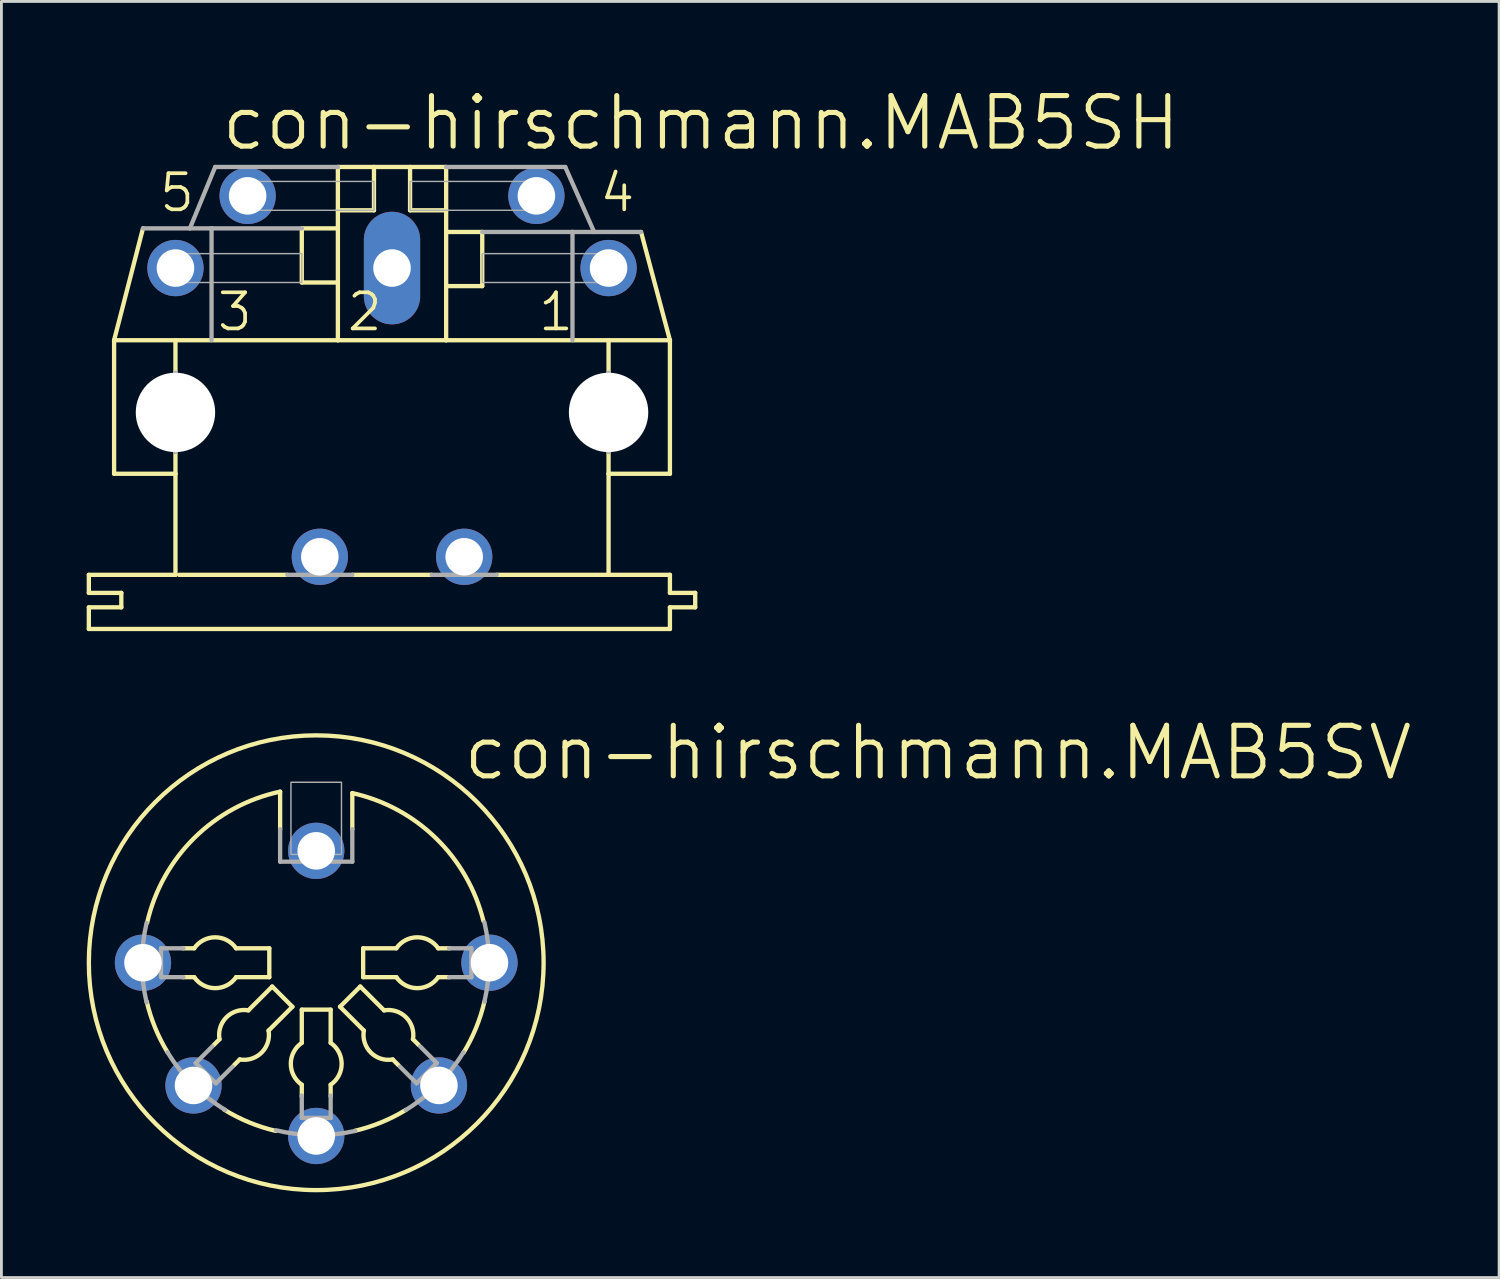
<source format=kicad_pcb>
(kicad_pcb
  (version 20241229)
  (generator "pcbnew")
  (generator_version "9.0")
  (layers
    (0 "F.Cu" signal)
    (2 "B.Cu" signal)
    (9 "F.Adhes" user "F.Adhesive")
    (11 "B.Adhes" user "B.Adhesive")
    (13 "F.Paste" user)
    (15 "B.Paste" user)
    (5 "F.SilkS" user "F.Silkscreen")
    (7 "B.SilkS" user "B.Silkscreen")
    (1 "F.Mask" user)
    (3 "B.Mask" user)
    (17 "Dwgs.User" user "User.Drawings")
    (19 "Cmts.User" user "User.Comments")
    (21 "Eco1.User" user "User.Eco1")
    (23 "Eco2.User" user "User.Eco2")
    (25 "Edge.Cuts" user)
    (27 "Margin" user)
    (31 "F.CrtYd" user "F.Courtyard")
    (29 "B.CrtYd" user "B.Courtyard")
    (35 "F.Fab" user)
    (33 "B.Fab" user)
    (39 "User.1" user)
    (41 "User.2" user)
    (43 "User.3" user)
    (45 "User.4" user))
  (footprint "con-hirschmann.MAB5SH"
    (layer "F.Cu")
    (at 10.744 11.462)
    (property "Reference" "con-hirschmann.MAB5SH" (at -6.096 -9.144 0) (layer "F.SilkS") (effects (font (size 1.778 1.778) (thickness 0.18)) (justify left bottom)))
    (attr through_hole)
    (fp_line (start -10.668 6.35) (end -10.668 5.715) (stroke (width 0.152) (type default)) (layer "F.SilkS"))
    (fp_line (start -10.668 6.35) (end -9.525 6.35) (stroke (width 0.152) (type default)) (layer "F.SilkS"))
    (fp_line (start -10.668 7.62) (end -10.668 6.858) (stroke (width 0.152) (type default)) (layer "F.SilkS"))
    (fp_line (start -10.668 7.62) (end 9.779 7.62) (stroke (width 0.152) (type default)) (layer "F.SilkS"))
    (fp_line (start -9.779 2.159) (end -9.779 -2.54) (stroke (width 0.152) (type default)) (layer "F.SilkS"))
    (fp_line (start -9.779 2.159) (end -7.62 2.159) (stroke (width 0.152) (type default)) (layer "F.SilkS"))
    (fp_line (start -9.525 6.858) (end -10.668 6.858) (stroke (width 0.152) (type default)) (layer "F.SilkS"))
    (fp_line (start -9.525 6.858) (end -9.525 6.35) (stroke (width 0.152) (type default)) (layer "F.SilkS"))
    (fp_line (start -8.763 -6.477) (end -9.779 -2.54) (stroke (width 0.152) (type default)) (layer "F.SilkS"))
    (fp_line (start -7.62 -2.54) (end -9.779 -2.54) (stroke (width 0.152) (type default)) (layer "F.SilkS"))
    (fp_line (start -7.62 -2.54) (end -7.62 -1.397) (stroke (width 0.152) (type default)) (layer "F.SilkS"))
    (fp_line (start -7.62 2.159) (end -7.62 1.397) (stroke (width 0.152) (type default)) (layer "F.SilkS"))
    (fp_line (start -7.62 5.715) (end -10.668 5.715) (stroke (width 0.152) (type default)) (layer "F.SilkS"))
    (fp_line (start -7.62 5.715) (end -7.62 2.159) (stroke (width 0.152) (type default)) (layer "F.SilkS"))
    (fp_line (start -7.493 5.715) (end -3.683 5.715) (stroke (width 0.152) (type default)) (layer "F.SilkS"))
    (fp_line (start -3.175 -6.477) (end -3.175 -4.572) (stroke (width 0.152) (type default)) (layer "F.SilkS"))
    (fp_line (start -1.905 -8.636) (end -1.905 -7.112) (stroke (width 0.152) (type default)) (layer "F.SilkS"))
    (fp_line (start -1.905 -7.112) (end -1.905 -6.477) (stroke (width 0.152) (type default)) (layer "F.SilkS"))
    (fp_line (start -1.905 -7.112) (end -0.635 -7.112) (stroke (width 0.152) (type default)) (layer "F.SilkS"))
    (fp_line (start -1.905 -6.477) (end -3.175 -6.477) (stroke (width 0.152) (type default)) (layer "F.SilkS"))
    (fp_line (start -1.905 -6.477) (end -1.905 -4.572) (stroke (width 0.152) (type default)) (layer "F.SilkS"))
    (fp_line (start -1.905 -4.572) (end -3.175 -4.572) (stroke (width 0.152) (type default)) (layer "F.SilkS"))
    (fp_line (start -1.905 -4.572) (end -1.905 -2.54) (stroke (width 0.152) (type default)) (layer "F.SilkS"))
    (fp_line (start -1.905 -2.54) (end -7.62 -2.54) (stroke (width 0.152) (type default)) (layer "F.SilkS"))
    (fp_line (start -1.397 5.715) (end 1.397 5.715) (stroke (width 0.152) (type default)) (layer "F.SilkS"))
    (fp_line (start -0.635 -8.636) (end -1.905 -8.636) (stroke (width 0.152) (type default)) (layer "F.SilkS"))
    (fp_line (start -0.635 -8.636) (end -0.635 -7.112) (stroke (width 0.152) (type default)) (layer "F.SilkS"))
    (fp_line (start 0.635 -8.636) (end -0.635 -8.636) (stroke (width 0.152) (type default)) (layer "F.SilkS"))
    (fp_line (start 0.635 -8.636) (end 0.635 -7.112) (stroke (width 0.152) (type default)) (layer "F.SilkS"))
    (fp_line (start 1.905 -8.636) (end 0.635 -8.636) (stroke (width 0.152) (type default)) (layer "F.SilkS"))
    (fp_line (start 1.905 -8.636) (end 1.905 -7.112) (stroke (width 0.152) (type default)) (layer "F.SilkS"))
    (fp_line (start 1.905 -7.112) (end 0.635 -7.112) (stroke (width 0.152) (type default)) (layer "F.SilkS"))
    (fp_line (start 1.905 -7.112) (end 1.905 -6.35) (stroke (width 0.152) (type default)) (layer "F.SilkS"))
    (fp_line (start 1.905 -6.35) (end 1.905 -4.445) (stroke (width 0.152) (type default)) (layer "F.SilkS"))
    (fp_line (start 1.905 -4.445) (end 1.905 -2.54) (stroke (width 0.152) (type default)) (layer "F.SilkS"))
    (fp_line (start 1.905 -4.445) (end 3.175 -4.445) (stroke (width 0.152) (type default)) (layer "F.SilkS"))
    (fp_line (start 1.905 -2.54) (end -1.905 -2.54) (stroke (width 0.152) (type default)) (layer "F.SilkS"))
    (fp_line (start 3.175 -6.35) (end 1.905 -6.35) (stroke (width 0.152) (type default)) (layer "F.SilkS"))
    (fp_line (start 3.175 -6.35) (end 3.175 -4.445) (stroke (width 0.152) (type default)) (layer "F.SilkS"))
    (fp_line (start 3.683 5.715) (end 7.62 5.715) (stroke (width 0.152) (type default)) (layer "F.SilkS"))
    (fp_line (start 7.62 -2.54) (end 1.905 -2.54) (stroke (width 0.152) (type default)) (layer "F.SilkS"))
    (fp_line (start 7.62 -2.54) (end 7.62 -1.397) (stroke (width 0.152) (type default)) (layer "F.SilkS"))
    (fp_line (start 7.62 2.159) (end 7.62 1.397) (stroke (width 0.152) (type default)) (layer "F.SilkS"))
    (fp_line (start 7.62 5.715) (end 7.62 2.159) (stroke (width 0.152) (type default)) (layer "F.SilkS"))
    (fp_line (start 8.763 -6.35) (end 9.779 -2.54) (stroke (width 0.152) (type default)) (layer "F.SilkS"))
    (fp_line (start 9.779 -2.54) (end 7.62 -2.54) (stroke (width 0.152) (type default)) (layer "F.SilkS"))
    (fp_line (start 9.779 2.159) (end 7.62 2.159) (stroke (width 0.152) (type default)) (layer "F.SilkS"))
    (fp_line (start 9.779 2.159) (end 9.779 -2.54) (stroke (width 0.152) (type default)) (layer "F.SilkS"))
    (fp_line (start 9.779 5.715) (end 7.62 5.715) (stroke (width 0.152) (type default)) (layer "F.SilkS"))
    (fp_line (start 9.779 5.715) (end 9.779 6.35) (stroke (width 0.152) (type default)) (layer "F.SilkS"))
    (fp_line (start 9.779 7.62) (end 9.779 6.858) (stroke (width 0.152) (type default)) (layer "F.SilkS"))
    (fp_line (start 10.668 6.35) (end 9.779 6.35) (stroke (width 0.152) (type default)) (layer "F.SilkS"))
    (fp_line (start 10.668 6.858) (end 9.779 6.858) (stroke (width 0.152) (type default)) (layer "F.SilkS"))
    (fp_line (start 10.668 6.858) (end 10.668 6.35) (stroke (width 0.152) (type default)) (layer "F.SilkS"))
    (fp_line (start -8.763 -6.477) (end -7.112 -6.477) (stroke (width 0.152) (type default)) (layer "F.Fab"))
    (fp_line (start -7.62 -1.397) (end -7.62 1.397) (stroke (width 0.152) (type default)) (layer "F.Fab"))
    (fp_line (start -7.112 -6.477) (end -6.223 -8.636) (stroke (width 0.152) (type default)) (layer "F.Fab"))
    (fp_line (start -6.35 -6.477) (end -7.112 -6.477) (stroke (width 0.152) (type default)) (layer "F.Fab"))
    (fp_line (start -6.35 -6.477) (end -6.35 -2.54) (stroke (width 0.152) (type default)) (layer "F.Fab"))
    (fp_line (start -3.175 -6.477) (end -6.35 -6.477) (stroke (width 0.152) (type default)) (layer "F.Fab"))
    (fp_line (start -1.905 -8.636) (end -6.223 -8.636) (stroke (width 0.152) (type default)) (layer "F.Fab"))
    (fp_line (start -1.397 5.715) (end -3.683 5.715) (stroke (width 0.152) (type default)) (layer "F.Fab"))
    (fp_line (start 3.683 5.715) (end 1.397 5.715) (stroke (width 0.152) (type default)) (layer "F.Fab"))
    (fp_line (start 6.096 -8.636) (end 1.905 -8.636) (stroke (width 0.152) (type default)) (layer "F.Fab"))
    (fp_line (start 6.096 -8.636) (end 7.112 -6.35) (stroke (width 0.152) (type default)) (layer "F.Fab"))
    (fp_line (start 6.35 -6.35) (end 3.175 -6.35) (stroke (width 0.152) (type default)) (layer "F.Fab"))
    (fp_line (start 6.35 -6.35) (end 6.35 -2.54) (stroke (width 0.152) (type default)) (layer "F.Fab"))
    (fp_line (start 7.112 -6.35) (end 6.35 -6.35) (stroke (width 0.152) (type default)) (layer "F.Fab"))
    (fp_line (start 7.62 -1.397) (end 7.62 1.397) (stroke (width 0.152) (type default)) (layer "F.Fab"))
    (fp_line (start 8.763 -6.35) (end 7.112 -6.35) (stroke (width 0.152) (type default)) (layer "F.Fab"))
    (fp_rect (start -8.001 -4.572) (end -3.175 -5.588) (stroke (width 0.05) (type default)) (fill no) (layer "F.Fab"))
    (fp_rect (start -5.461 -7.112) (end -0.635 -8.128) (stroke (width 0.05) (type default)) (fill no) (layer "F.Fab"))
    (fp_rect (start 0.635 -7.112) (end 5.461 -8.128) (stroke (width 0.05) (type default)) (fill no) (layer "F.Fab"))
    (fp_rect (start 3.175 -4.572) (end 8.001 -5.588) (stroke (width 0.05) (type default)) (fill no) (layer "F.Fab"))
    (fp_text user "2" (at -1.651 -2.794 0) (layer "F.SilkS") (effects (font (size 1.27 1.27) (thickness 0.13)) (justify left bottom)))
    (fp_text user "5" (at -8.255 -6.985 0) (layer "F.SilkS") (effects (font (size 1.27 1.27) (thickness 0.13)) (justify left bottom)))
    (fp_text user "1" (at 5.08 -2.794 0) (layer "F.SilkS") (effects (font (size 1.27 1.27) (thickness 0.13)) (justify left bottom)))
    (fp_text user "4" (at 7.239 -6.985 0) (layer "F.SilkS") (effects (font (size 1.27 1.27) (thickness 0.13)) (justify left bottom)))
    (fp_text user "3" (at -6.223 -2.794 0) (layer "F.SilkS") (effects (font (size 1.27 1.27) (thickness 0.13)) (justify left bottom)))
    (pad "" np_thru_hole circle (at -7.62 0) (size 2.794 2.794) (drill 2.794) (layers "*.Cu" "*.Mask"))
    (pad "" np_thru_hole circle (at 7.62 0) (size 2.794 2.794) (drill 2.794) (layers "*.Cu" "*.Mask"))
    (pad "1" thru_hole circle (at 7.62 -5.08) (size 1.981 1.981) (drill 1.321) (layers "*.Cu" "*.Mask"))
    (pad "2" thru_hole oval (at 0 -5.08 90) (size 3.962 1.981) (drill 1.321) (layers "*.Cu" "*.Mask"))
    (pad "3" thru_hole circle (at -7.62 -5.08) (size 1.981 1.981) (drill 1.321) (layers "*.Cu" "*.Mask"))
    (pad "4" thru_hole circle (at 5.08 -7.62) (size 1.981 1.981) (drill 1.321) (layers "*.Cu" "*.Mask"))
    (pad "5" thru_hole circle (at -5.08 -7.62) (size 1.981 1.981) (drill 1.321) (layers "*.Cu" "*.Mask"))
    (pad "PE" thru_hole circle (at -2.54 5.08) (size 1.981 1.981) (drill 1.321) (layers "*.Cu" "*.Mask"))
    (pad "PE@" thru_hole circle (at 2.54 5.08) (size 1.981 1.981) (drill 1.321) (layers "*.Cu" "*.Mask")))
  (footprint "con-hirschmann.MAB5SV"
    (layer "F.Cu")
    (at 8.077 30.826)
    (property "Reference" "con-hirschmann.MAB5SV" (at 5.08 -6.35 0) (layer "F.SilkS") (effects (font (size 1.778 1.778) (thickness 0.18)) (justify left bottom)))
    (attr through_hole)
    (fp_line (start -4.699 -0.508) (end -4.293 -0.508) (stroke (width 0.152) (type default)) (layer "F.SilkS"))
    (fp_line (start -4.293 0.508) (end -4.699 0.508) (stroke (width 0.152) (type default)) (layer "F.SilkS"))
    (fp_line (start -3.607 2.896) (end -3.404 2.692) (stroke (width 0.152) (type default)) (layer "F.SilkS"))
    (fp_line (start -2.819 -0.508) (end -1.651 -0.508) (stroke (width 0.152) (type default)) (layer "F.SilkS"))
    (fp_line (start -2.692 3.404) (end -2.896 3.607) (stroke (width 0.152) (type default)) (layer "F.SilkS"))
    (fp_line (start -2.388 1.676) (end -1.549 0.838) (stroke (width 0.152) (type default)) (layer "F.SilkS"))
    (fp_line (start -1.651 -0.508) (end -1.651 0.508) (stroke (width 0.152) (type default)) (layer "F.SilkS"))
    (fp_line (start -1.651 0.508) (end -2.819 0.508) (stroke (width 0.152) (type default)) (layer "F.SilkS"))
    (fp_line (start -1.549 0.838) (end -0.838 1.549) (stroke (width 0.152) (type default)) (layer "F.SilkS"))
    (fp_line (start -1.27 -4.699) (end -1.27 -6.02) (stroke (width 0.152) (type default)) (layer "F.SilkS"))
    (fp_line (start -0.838 1.549) (end -1.676 2.388) (stroke (width 0.152) (type default)) (layer "F.SilkS"))
    (fp_line (start -0.508 1.651) (end 0.508 1.651) (stroke (width 0.152) (type default)) (layer "F.SilkS"))
    (fp_line (start -0.508 2.819) (end -0.508 1.651) (stroke (width 0.152) (type default)) (layer "F.SilkS"))
    (fp_line (start -0.508 4.699) (end -0.508 4.293) (stroke (width 0.152) (type default)) (layer "F.SilkS"))
    (fp_line (start 0.508 1.651) (end 0.508 2.819) (stroke (width 0.152) (type default)) (layer "F.SilkS"))
    (fp_line (start 0.508 4.293) (end 0.508 4.699) (stroke (width 0.152) (type default)) (layer "F.SilkS"))
    (fp_line (start 0.838 1.549) (end 1.549 0.838) (stroke (width 0.152) (type default)) (layer "F.SilkS"))
    (fp_line (start 1.27 -4.699) (end 1.27 -5.969) (stroke (width 0.152) (type default)) (layer "F.SilkS"))
    (fp_line (start 1.549 0.838) (end 2.388 1.676) (stroke (width 0.152) (type default)) (layer "F.SilkS"))
    (fp_line (start 1.651 -0.508) (end 2.819 -0.508) (stroke (width 0.152) (type default)) (layer "F.SilkS"))
    (fp_line (start 1.651 0.508) (end 1.651 -0.508) (stroke (width 0.152) (type default)) (layer "F.SilkS"))
    (fp_line (start 1.676 2.388) (end 0.838 1.549) (stroke (width 0.152) (type default)) (layer "F.SilkS"))
    (fp_line (start 2.819 0.508) (end 1.651 0.508) (stroke (width 0.152) (type default)) (layer "F.SilkS"))
    (fp_line (start 2.896 3.607) (end 2.692 3.404) (stroke (width 0.152) (type default)) (layer "F.SilkS"))
    (fp_line (start 3.404 2.692) (end 3.607 2.896) (stroke (width 0.152) (type default)) (layer "F.SilkS"))
    (fp_line (start 4.293 -0.508) (end 4.699 -0.508) (stroke (width 0.152) (type default)) (layer "F.SilkS"))
    (fp_line (start 4.699 0.508) (end 4.293 0.508) (stroke (width 0.152) (type default)) (layer "F.SilkS"))
    (fp_arc (start -5.9509 -1.4033) (mid -4.28526 -4.395774) (end -1.27 -6.0198) (stroke (width 0.1524) (type default)) (layer "F.SilkS"))
    (fp_arc (start -5.2324 3.1496) (mid -5.669034 2.286095) (end -5.9636 1.3644) (stroke (width 0.1524) (type default)) (layer "F.SilkS"))
    (fp_arc (start -4.2926 -0.508) (mid -3.556 -0.894785) (end -2.8194 -0.508) (stroke (width 0.1524) (type default)) (layer "F.SilkS"))
    (fp_arc (start -3.4036 2.6924) (mid -3.160093 1.919907) (end -2.3876 1.6764) (stroke (width 0.1524) (type default)) (layer "F.SilkS"))
    (fp_arc (start -2.8194 0.508) (mid -3.556 0.894785) (end -4.2926 0.508) (stroke (width 0.1524) (type default)) (layer "F.SilkS"))
    (fp_arc (start -1.6764 2.3876) (mid -1.919907 3.160093) (end -2.6924 3.4036) (stroke (width 0.1524) (type default)) (layer "F.SilkS"))
    (fp_arc (start -1.4224 5.9182) (mid -2.360503 5.617342) (end -3.2383 5.1701) (stroke (width 0.1524) (type default)) (layer "F.SilkS"))
    (fp_arc (start -0.508 4.2926) (mid -0.894785 3.556) (end -0.508 2.8194) (stroke (width 0.1524) (type default)) (layer "F.SilkS"))
    (fp_arc (start 0.508 2.8194) (mid 0.894785 3.556) (end 0.508 4.2926) (stroke (width 0.1524) (type default)) (layer "F.SilkS"))
    (fp_arc (start 1.27 -5.969) (mid 4.217041 -4.377083) (end 5.8829 -1.4712) (stroke (width 0.1524) (type default)) (layer "F.SilkS"))
    (fp_arc (start 2.3876 1.6764) (mid 3.160093 1.919907) (end 3.4036 2.6924) (stroke (width 0.1524) (type default)) (layer "F.SilkS"))
    (fp_arc (start 2.6924 3.4036) (mid 1.919907 3.160093) (end 1.6764 2.3876) (stroke (width 0.1524) (type default)) (layer "F.SilkS"))
    (fp_arc (start 2.8194 -0.508) (mid 3.556 -0.894785) (end 4.2926 -0.508) (stroke (width 0.1524) (type default)) (layer "F.SilkS"))
    (fp_arc (start 3.1496 5.1816) (mid 2.286095 5.618234) (end 1.3644 5.9128) (stroke (width 0.1524) (type default)) (layer "F.SilkS"))
    (fp_arc (start 4.2926 0.508) (mid 3.556 0.894785) (end 2.8194 0.508) (stroke (width 0.1524) (type default)) (layer "F.SilkS"))
    (fp_arc (start 5.9182 1.3716) (mid 5.622106 2.298097) (end 5.1832 3.1661) (stroke (width 0.1524) (type default)) (layer "F.SilkS"))
    (fp_circle (center 0 0) (end 8.001 0) (stroke (width 0.152) (type default)) (fill no) (layer "F.SilkS"))
    (fp_line (start -5.461 -0.508) (end -4.674 -0.508) (stroke (width 0.152) (type default)) (layer "F.Fab"))
    (fp_line (start -5.461 0.508) (end -5.461 -0.508) (stroke (width 0.152) (type default)) (layer "F.Fab"))
    (fp_line (start -4.674 0.508) (end -5.461 0.508) (stroke (width 0.152) (type default)) (layer "F.Fab"))
    (fp_line (start -4.242 3.531) (end -3.658 2.946) (stroke (width 0.152) (type default)) (layer "F.Fab"))
    (fp_line (start -3.531 4.242) (end -4.242 3.531) (stroke (width 0.152) (type default)) (layer "F.Fab"))
    (fp_line (start -2.946 3.658) (end -3.531 4.242) (stroke (width 0.152) (type default)) (layer "F.Fab"))
    (fp_line (start -1.27 -4.699) (end -1.27 -3.556) (stroke (width 0.152) (type default)) (layer "F.Fab"))
    (fp_line (start -1.27 -3.556) (end 1.27 -3.556) (stroke (width 0.152) (type default)) (layer "F.Fab"))
    (fp_line (start -0.508 5.461) (end -0.508 4.674) (stroke (width 0.152) (type default)) (layer "F.Fab"))
    (fp_line (start 0.508 4.674) (end 0.508 5.461) (stroke (width 0.152) (type default)) (layer "F.Fab"))
    (fp_line (start 0.508 5.461) (end -0.508 5.461) (stroke (width 0.152) (type default)) (layer "F.Fab"))
    (fp_line (start 1.27 -3.556) (end 1.27 -4.699) (stroke (width 0.152) (type default)) (layer "F.Fab"))
    (fp_line (start 3.531 4.242) (end 2.946 3.658) (stroke (width 0.152) (type default)) (layer "F.Fab"))
    (fp_line (start 3.658 2.946) (end 4.242 3.531) (stroke (width 0.152) (type default)) (layer "F.Fab"))
    (fp_line (start 4.242 3.531) (end 3.531 4.242) (stroke (width 0.152) (type default)) (layer "F.Fab"))
    (fp_line (start 4.674 -0.508) (end 5.461 -0.508) (stroke (width 0.152) (type default)) (layer "F.Fab"))
    (fp_line (start 5.461 -0.508) (end 5.461 0.508) (stroke (width 0.152) (type default)) (layer "F.Fab"))
    (fp_line (start 5.461 0.508) (end 4.674 0.508) (stroke (width 0.152) (type default)) (layer "F.Fab"))
    (fp_rect (start -0.889 -3.81) (end 0.889 -6.35) (stroke (width 0.05) (type default)) (fill no) (layer "F.Fab"))
    (fp_arc (start -5.969 1.397) (mid -6.130299 0) (end -5.969 -1.397) (stroke (width 0.1524) (type default)) (layer "F.Fab"))
    (fp_arc (start -3.2004 5.1816) (mid -4.337793 4.286993) (end -5.2324 3.1496) (stroke (width 0.1524) (type default)) (layer "F.Fab"))
    (fp_arc (start 1.3716 5.9182) (mid -0.023949 6.067919) (end -1.4169 5.8957) (stroke (width 0.1524) (type default)) (layer "F.Fab"))
    (fp_arc (start 5.1816 3.1496) (mid 4.286993 4.286993) (end 3.1496 5.1816) (stroke (width 0.1524) (type default)) (layer "F.Fab"))
    (fp_arc (start 5.9182 -1.4224) (mid 6.079499 -0.0254) (end 5.9182 1.3716) (stroke (width 0.1524) (type default)) (layer "F.Fab"))
    (pad "1" thru_hole circle (at 6.096 0) (size 1.981 1.981) (drill 1.321) (layers "*.Cu" "*.Mask"))
    (pad "2" thru_hole circle (at 0 6.096) (size 1.981 1.981) (drill 1.321) (layers "*.Cu" "*.Mask"))
    (pad "3" thru_hole circle (at -6.096 0) (size 1.981 1.981) (drill 1.321) (layers "*.Cu" "*.Mask"))
    (pad "4" thru_hole circle (at 4.318 4.318) (size 1.981 1.981) (drill 1.321) (layers "*.Cu" "*.Mask"))
    (pad "5" thru_hole circle (at -4.318 4.318) (size 1.981 1.981) (drill 1.321) (layers "*.Cu" "*.Mask"))
    (pad "PE" thru_hole circle (at 0 -3.937) (size 1.981 1.981) (drill 1.321) (layers "*.Cu" "*.Mask")))
  (gr_rect
    (start -3 -3)
    (end 49.7 41.903)
    (stroke (width 0.1) (type default))
    (fill no)
    (layer "Edge.Cuts")))
</source>
